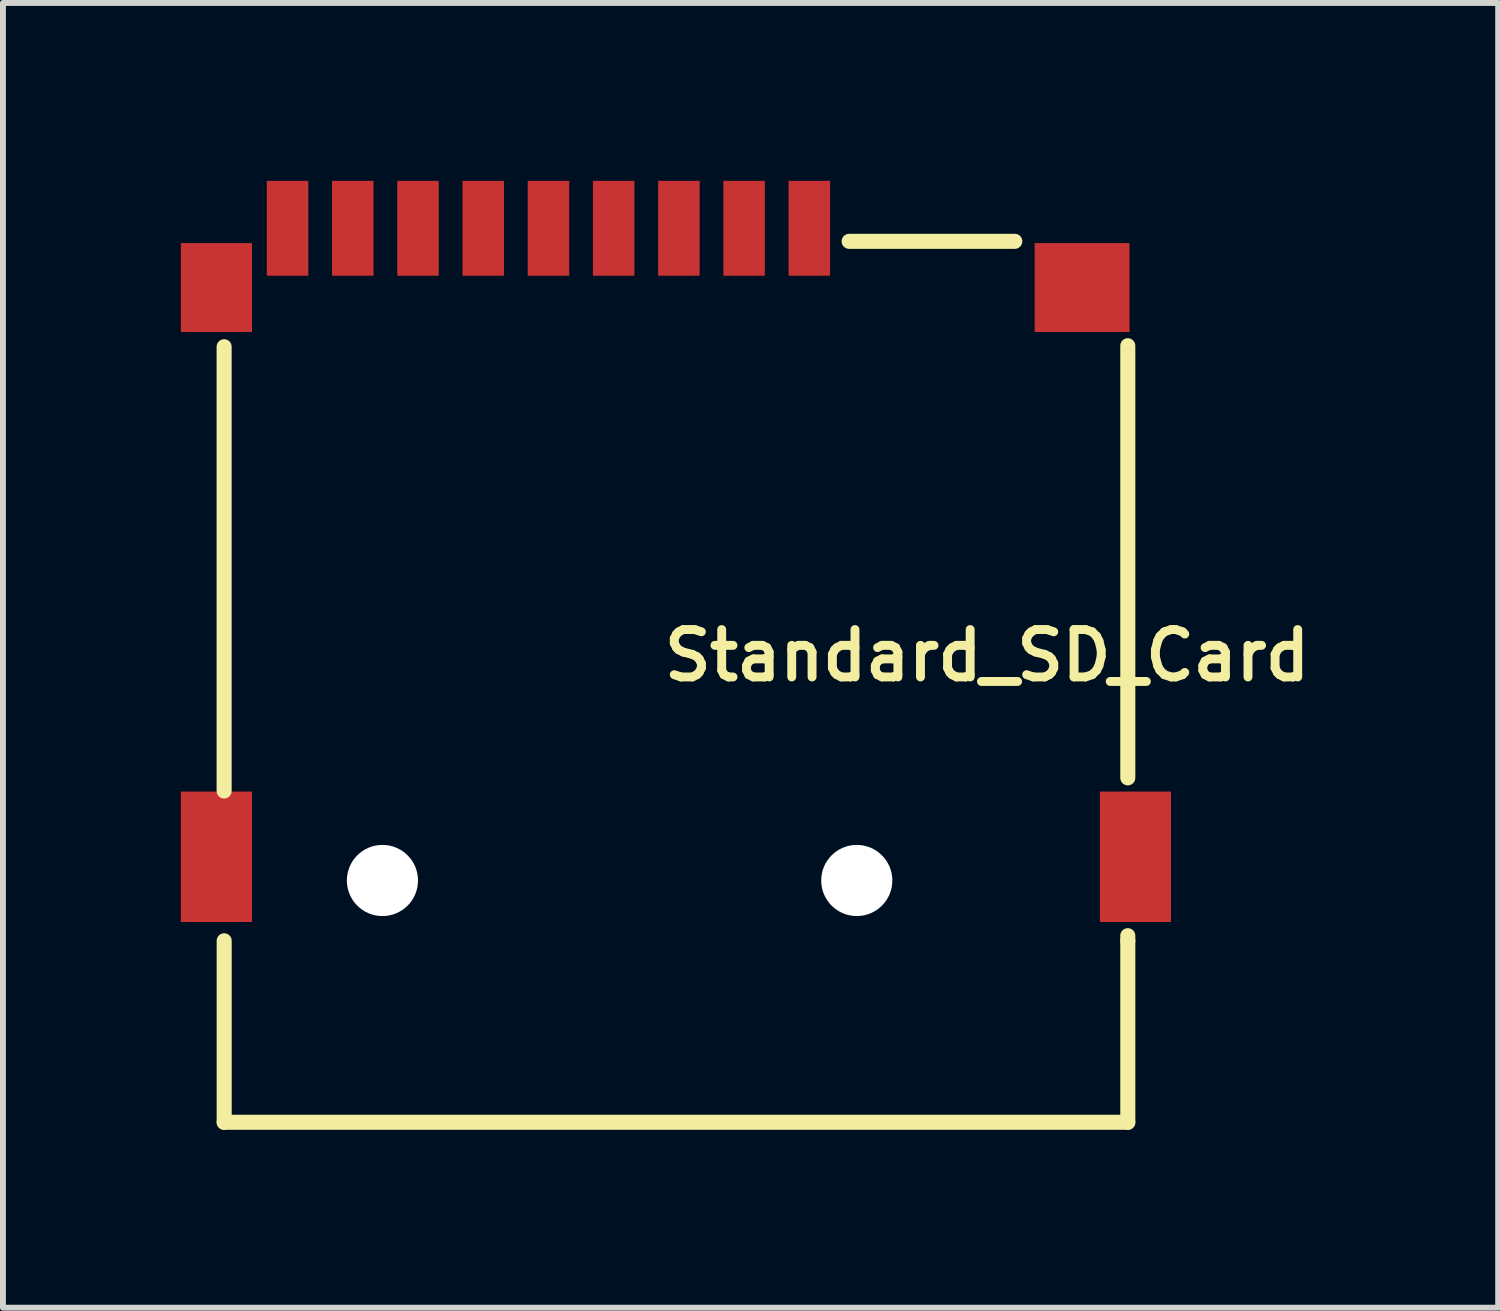
<source format=kicad_pcb>
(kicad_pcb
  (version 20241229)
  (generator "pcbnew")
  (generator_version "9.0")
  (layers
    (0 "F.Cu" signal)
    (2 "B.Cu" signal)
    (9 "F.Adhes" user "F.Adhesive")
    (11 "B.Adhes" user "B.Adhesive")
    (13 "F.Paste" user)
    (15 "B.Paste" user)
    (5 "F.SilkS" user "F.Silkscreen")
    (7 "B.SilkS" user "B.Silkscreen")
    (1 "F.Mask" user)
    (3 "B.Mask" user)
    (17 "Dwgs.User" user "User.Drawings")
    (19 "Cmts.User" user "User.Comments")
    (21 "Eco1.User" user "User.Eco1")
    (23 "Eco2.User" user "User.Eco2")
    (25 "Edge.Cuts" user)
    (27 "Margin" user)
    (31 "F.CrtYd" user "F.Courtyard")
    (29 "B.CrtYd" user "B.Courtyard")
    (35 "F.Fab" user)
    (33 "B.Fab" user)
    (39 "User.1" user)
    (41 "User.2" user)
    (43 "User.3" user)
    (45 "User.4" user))
  (footprint "Standard_SD_Card"
    (layer "F.Cu")
    (at 8.35 6.1)
    (property "Reference" "Standard_SD_Card" (at -0.279 1.905 0) (layer "F.SilkS") (effects (font (size 0.8 0.8) (thickness 0.15) (bold yes)) (justify left)))
    (attr smd)
    (fp_line (start -7.62 -3.302) (end -7.62 4.191) (stroke (width 0.254) (type solid)) (layer "F.SilkS"))
    (fp_line (start -7.619 6.717) (end -7.619 9.778) (stroke (width 0.254) (type solid)) (layer "F.SilkS"))
    (fp_line (start -7.619 9.778) (end 7.621 9.778) (stroke (width 0.254) (type solid)) (layer "F.SilkS"))
    (fp_line (start 2.921 -5.08) (end 5.715 -5.08) (stroke (width 0.254) (type solid)) (layer "F.SilkS"))
    (fp_line (start 7.621 3.969) (end 7.621 -3.319) (stroke (width 0.254) (type solid)) (layer "F.SilkS"))
    (fp_line (start 7.621 6.717) (end 7.621 6.631) (stroke (width 0.254) (type solid)) (layer "F.SilkS"))
    (fp_line (start 7.621 9.778) (end 7.621 6.717) (stroke (width 0.254) (type solid)) (layer "F.SilkS"))
    (fp_circle (center -4.95 5.7) (end -4.75 5.7) (stroke (width 0.4) (type solid)) (fill no) (layer "Cmts.User"))
    (fp_circle (center 3.05 5.7) (end 3.25 5.7) (stroke (width 0.4) (type solid)) (fill no) (layer "Cmts.User"))
    (pad "" np_thru_hole circle (at -4.95 5.7) (size 1.2 1.2) (drill 1.2) (layers "*.Cu" "*.Mask"))
    (pad "" np_thru_hole circle (at 3.05 5.7) (size 1.2 1.2) (drill 1.2) (layers "*.Cu" "*.Mask"))
    (pad "1" smd rect (at 2.25 -5.3) (size 0.7 1.6) (layers "F.Cu" "F.Mask" "F.Paste"))
    (pad "2" smd rect (at 1.15 -5.3) (size 0.7 1.6) (layers "F.Cu" "F.Mask" "F.Paste"))
    (pad "3" smd rect (at 0.05 -5.3) (size 0.7 1.6) (layers "F.Cu" "F.Mask" "F.Paste"))
    (pad "4" smd rect (at -1.05 -5.3) (size 0.7 1.6) (layers "F.Cu" "F.Mask" "F.Paste"))
    (pad "5" smd rect (at -2.15 -5.3) (size 0.7 1.6) (layers "F.Cu" "F.Mask" "F.Paste"))
    (pad "6" smd rect (at -3.25 -5.3) (size 0.7 1.6) (layers "F.Cu" "F.Mask" "F.Paste"))
    (pad "7" smd rect (at -4.35 -5.3) (size 0.7 1.6) (layers "F.Cu" "F.Mask" "F.Paste"))
    (pad "8" smd rect (at -5.45 -5.3) (size 0.7 1.6) (layers "F.Cu" "F.Mask" "F.Paste"))
    (pad "9" smd rect (at -6.55 -5.3) (size 0.7 1.6) (layers "F.Cu" "F.Mask" "F.Paste"))
    (pad "10" smd rect (at -7.75 -4.3) (size 1.2 1.5) (layers "F.Cu" "F.Mask" "F.Paste"))
    (pad "11" smd rect (at -7.75 5.3) (size 1.2 2.2) (layers "F.Cu" "F.Mask" "F.Paste"))
    (pad "12" smd rect (at 6.85 -4.3) (size 1.6 1.5) (layers "F.Cu" "F.Mask" "F.Paste"))
    (pad "13" smd rect (at 7.75 5.3) (size 1.2 2.2) (layers "F.Cu" "F.Mask" "F.Paste")))
  (gr_rect
    (start -3 -3)
    (end 22.218 19.005)
    (stroke (width 0.1) (type default))
    (fill no)
    (layer "Edge.Cuts")))
</source>
